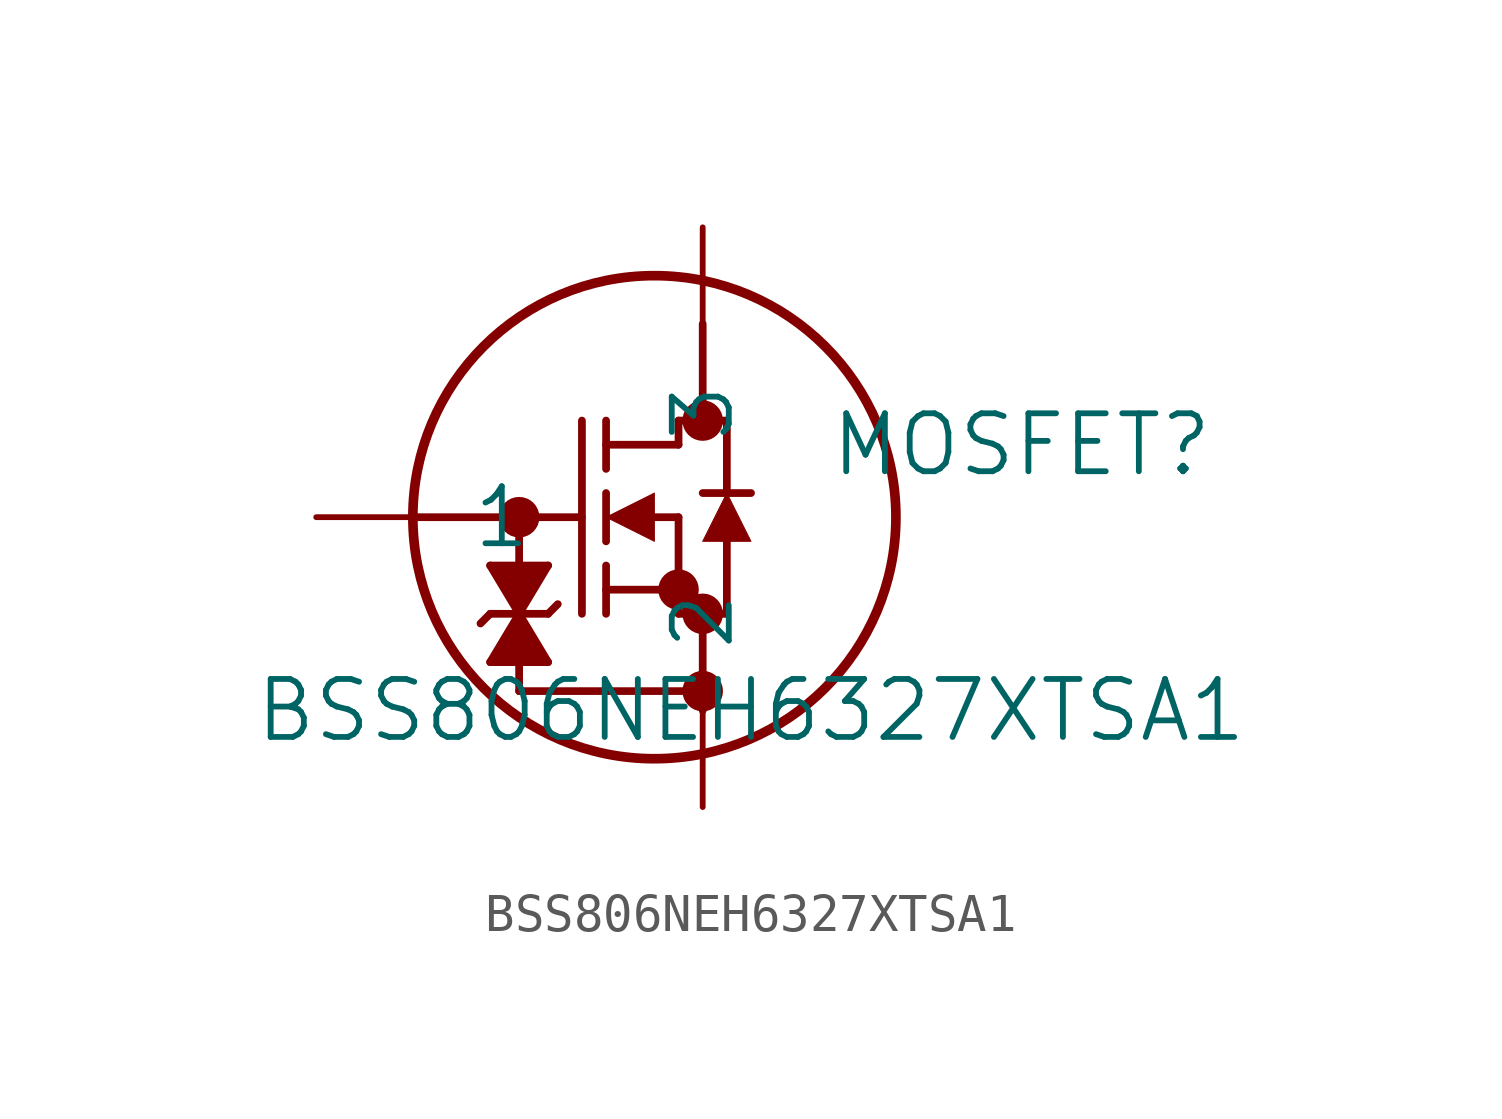
<source format=kicad_sym>
(kicad_symbol_lib
  (version 20210619)
  (generator kicad_symbol_editor)
  (symbol "BSS806NEH6327XTSA1"
    (pin_numbers hide)
    (pin_names
      (offset 1.524))
    (property "Reference" "MOSFET"
      (at 18.542 1.905 0)
      (effects (font (size 1.524 1.524))))
    (property "Value" "BSS806NEH6327XTSA1"
      (at 11.43 -5.08 0)
      (effects (font (size 1.524 1.524))))
    (property "Datasheet" ""
      (at 0 0 0)
      (effects (font (size 1.524 1.524))))
    (property "ki_locked" ""
      (at 0 0 0)
      (effects (font (size 1.27 1.27))))
    (symbol "BSS806NEH6327XTSA1_1_1"
      (circle (center 5.334 0) (radius 0.025) (stroke (width 0.508)) (fill (type none)))
      (circle (center 8.89 0) (radius 6.35) (stroke (width 0.254)) (fill (type none)))
      (circle (center 9.525 -1.905) (radius 0.025) (stroke (width 0.508)) (fill (type none)))
      (circle (center 10.16 -4.572) (radius 0.025) (stroke (width 0.508)) (fill (type none)))
      (circle (center 10.16 -2.54) (radius 0.025) (stroke (width 0.508)) (fill (type none)))
      (circle (center 10.16 2.54) (radius 0.025) (stroke (width 0.508)) (fill (type none)))
      (polyline (pts (xy 2.54 0) (xy 6.985 0)) (stroke (width 0.203)) (fill (type none)))
      (polyline (pts (xy 4.572 -3.81) (xy 6.096 -3.81)) (stroke (width 0.203)) (fill (type none)))
      (polyline (pts (xy 4.572 -2.54) (xy 4.318 -2.794)) (stroke (width 0.203)) (fill (type none)))
      (polyline (pts (xy 4.572 -2.54) (xy 6.096 -2.54)) (stroke (width 0.203)) (fill (type none)))
      (polyline (pts (xy 4.572 -1.27) (xy 5.334 -2.54)) (stroke (width 0.203)) (fill (type none)))
      (polyline (pts (xy 5.334 -4.572) (xy 5.334 0)) (stroke (width 0.203)) (fill (type none)))
      (polyline (pts (xy 5.334 -2.54) (xy 4.572 -3.81)) (stroke (width 0.203)) (fill (type none)))
      (polyline (pts (xy 5.334 -2.54) (xy 6.096 -1.27)) (stroke (width 0.203)) (fill (type none)))
      (polyline (pts (xy 6.096 -3.81) (xy 5.334 -2.54)) (stroke (width 0.203)) (fill (type none)))
      (polyline (pts (xy 6.096 -2.54) (xy 6.35 -2.286)) (stroke (width 0.203)) (fill (type none)))
      (polyline (pts (xy 6.096 -1.27) (xy 4.572 -1.27)) (stroke (width 0.203)) (fill (type none)))
      (polyline (pts (xy 6.985 -2.54) (xy 6.985 2.54)) (stroke (width 0.203)) (fill (type none)))
      (polyline (pts (xy 7.62 -2.54) (xy 7.62 -1.27)) (stroke (width 0.203)) (fill (type none)))
      (polyline (pts (xy 7.62 -1.905) (xy 9.525 -1.905)) (stroke (width 0.203)) (fill (type none)))
      (polyline (pts (xy 7.62 -0.635) (xy 7.62 0.635)) (stroke (width 0.203)) (fill (type none)))
      (polyline (pts (xy 7.62 1.27) (xy 7.62 2.54)) (stroke (width 0.203)) (fill (type none)))
      (polyline (pts (xy 7.62 1.905) (xy 9.525 1.905)) (stroke (width 0.203)) (fill (type none)))
      (polyline (pts (xy 8.89 0) (xy 9.525 0)) (stroke (width 0.203)) (fill (type none)))
      (polyline (pts (xy 9.525 -2.54) (xy 9.525 0)) (stroke (width 0.203)) (fill (type none)))
      (polyline (pts (xy 9.525 -2.54) (xy 10.795 -2.54)) (stroke (width 0.203)) (fill (type none)))
      (polyline (pts (xy 9.525 1.905) (xy 9.525 2.54)) (stroke (width 0.203)) (fill (type none)))
      (polyline (pts (xy 9.525 2.54) (xy 10.795 2.54)) (stroke (width 0.203)) (fill (type none)))
      (polyline (pts (xy 10.16 -4.572) (xy 5.334 -4.572)) (stroke (width 0.203)) (fill (type none)))
      (polyline (pts (xy 10.16 -2.54) (xy 10.16 -5.08)) (stroke (width 0.203)) (fill (type none)))
      (polyline (pts (xy 10.16 5.08) (xy 10.16 2.54)) (stroke (width 0.203)) (fill (type none)))
      (polyline (pts (xy 10.795 -2.54) (xy 10.795 -0.635)) (stroke (width 0.203)) (fill (type none)))
      (polyline (pts (xy 10.795 0.635) (xy 10.795 2.54)) (stroke (width 0.203)) (fill (type none)))
      (polyline (pts (xy 11.43 0.635) (xy 10.16 0.635)) (stroke (width 0.203)) (fill (type none)))
      (polyline (pts (xy 5.334 -2.54) (xy 5.08 -3.81) (xy 5.334 -2.54)) (stroke (width 0)) (fill (type outline)))
      (polyline (pts (xy 4.572 -1.27) (xy 5.334 -2.54) (xy 6.096 -1.27) (xy 4.572 -1.27)) (stroke (width 0)) (fill (type outline)))
      (polyline (pts (xy 5.334 -2.54) (xy 4.572 -3.81) (xy 6.096 -3.81) (xy 5.334 -2.54)) (stroke (width 0)) (fill (type outline)))
      (polyline (pts (xy 8.89 0.635) (xy 7.62 0) (xy 8.89 -0.635) (xy 8.89 0.635)) (stroke (width 0.025)) (fill (type outline)))
      (polyline (pts (xy 11.43 -0.635) (xy 10.16 -0.635) (xy 10.795 0.635) (xy 11.43 -0.635)) (stroke (width 0.025)) (fill (type outline)))
      (pin unspecified line (at 0 0 0) (length 2.54) (name "1" (effects (font (size 1.499 1.499)))) (number "1" (effects (font (size 1.499 1.499)))))
      (pin unspecified line (at 10.16 -7.62 90) (length 2.54) (name "2" (effects (font (size 1.499 1.499)))) (number "2" (effects (font (size 1.499 1.499)))))
      (pin unspecified line (at 10.16 7.62 270) (length 2.54) (name "3" (effects (font (size 1.499 1.499)))) (number "3" (effects (font (size 1.499 1.499))))))))
</source>
